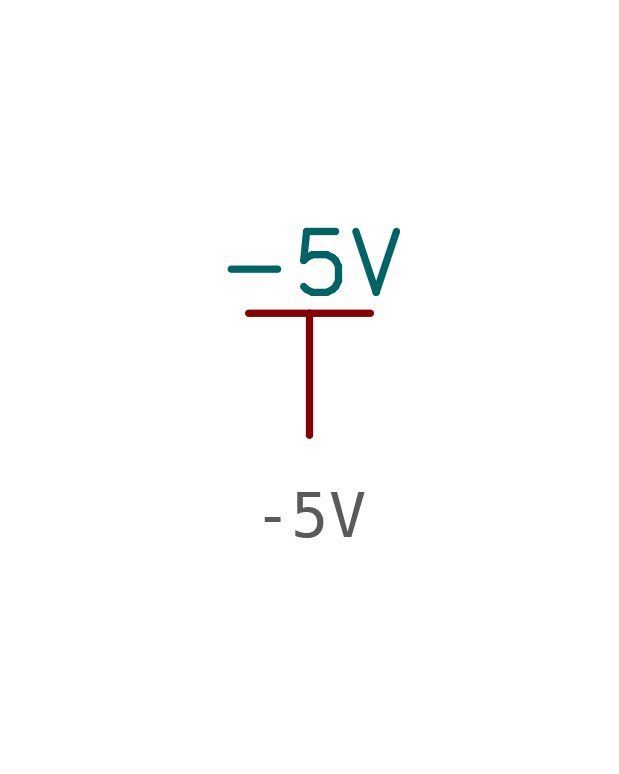
<source format=kicad_sym>
(kicad_symbol_lib
  (version 20231120)
  (generator "kicad_symbol_editor")
  (generator_version "8.0")
  (symbol "-5V"
    (power)
    (pin_numbers hide)
    (pin_names
      (offset 0) hide)
    (property "Reference" "#PWR"
      (at 0 -3.81 0)
      (effects (font (size 1.27 1.27)) (hide yes)))
    (property "Value" "-5V"
      (at 0 3.556 0)
      (effects (font (size 1.27 1.27))))
    (symbol "-5V_0_1"
      (polyline (pts (xy -1.27 2.54) (xy 0 2.54)) (stroke (width 0) (type default)) (fill (type none)))
      (polyline (pts (xy 0 0) (xy 0 2.54)) (stroke (width 0) (type default)) (fill (type none)))
      (polyline (pts (xy 0 2.54) (xy 1.27 2.54)) (stroke (width 0) (type default)) (fill (type none))))
    (symbol "-5V_1_1"
      (pin power_in line (at 0 0 90) (length 0) (name "~" (effects (font (size 1.27 1.27)))) (number "1" (effects (font (size 1.27 1.27))))))))
</source>
